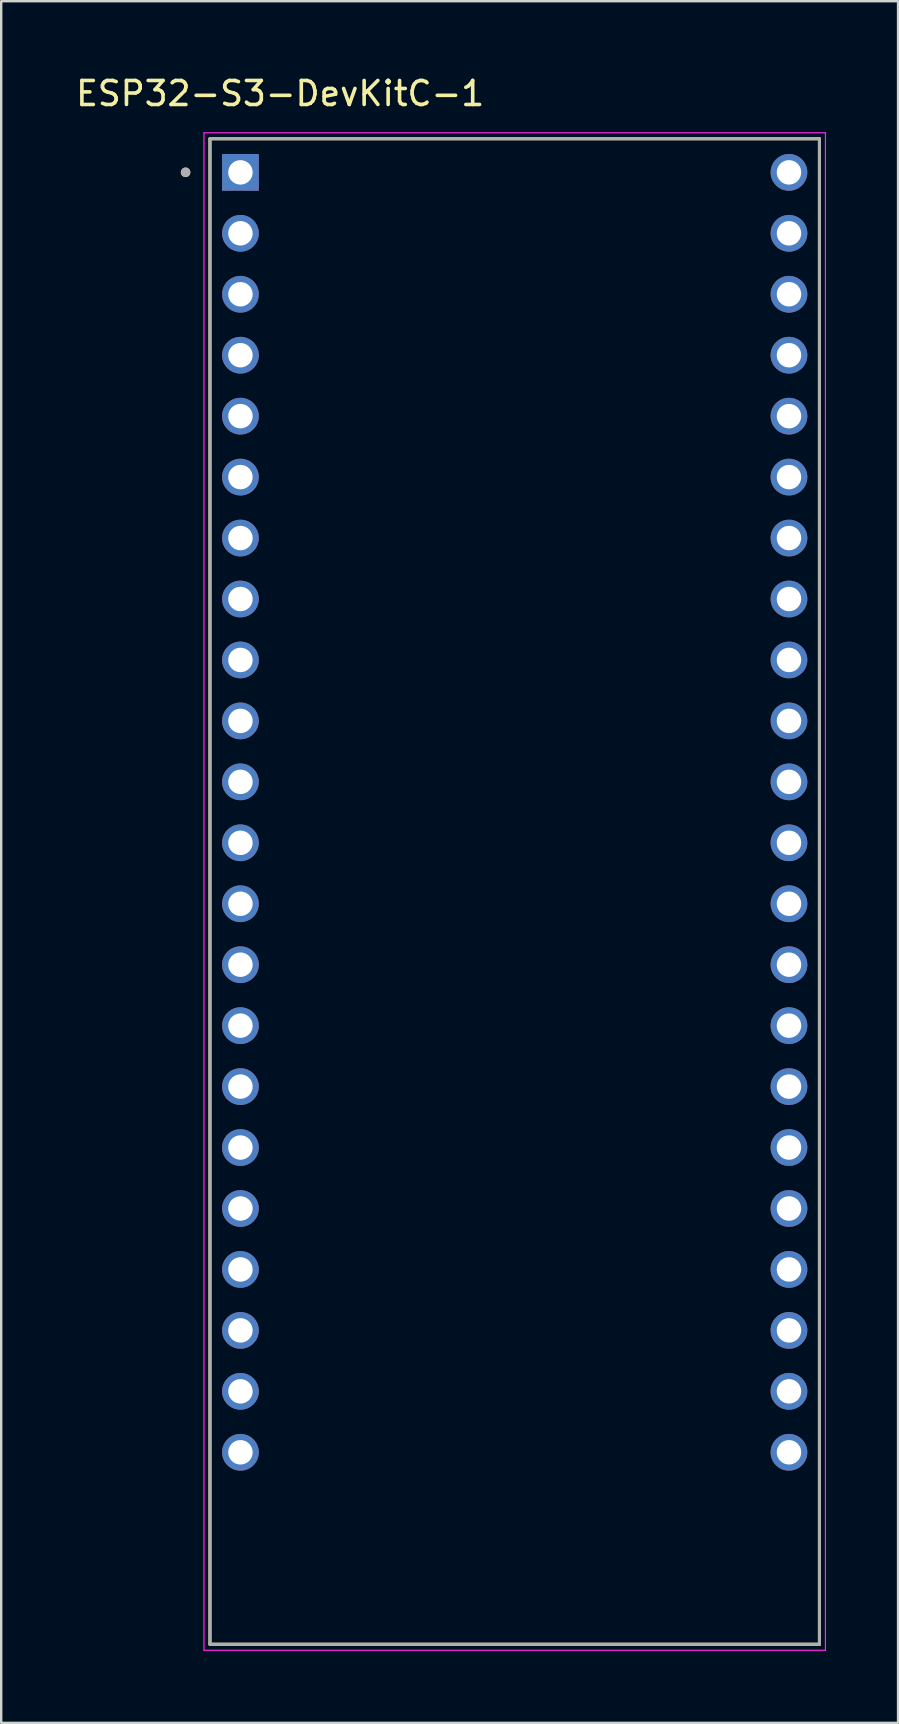
<source format=kicad_pcb>
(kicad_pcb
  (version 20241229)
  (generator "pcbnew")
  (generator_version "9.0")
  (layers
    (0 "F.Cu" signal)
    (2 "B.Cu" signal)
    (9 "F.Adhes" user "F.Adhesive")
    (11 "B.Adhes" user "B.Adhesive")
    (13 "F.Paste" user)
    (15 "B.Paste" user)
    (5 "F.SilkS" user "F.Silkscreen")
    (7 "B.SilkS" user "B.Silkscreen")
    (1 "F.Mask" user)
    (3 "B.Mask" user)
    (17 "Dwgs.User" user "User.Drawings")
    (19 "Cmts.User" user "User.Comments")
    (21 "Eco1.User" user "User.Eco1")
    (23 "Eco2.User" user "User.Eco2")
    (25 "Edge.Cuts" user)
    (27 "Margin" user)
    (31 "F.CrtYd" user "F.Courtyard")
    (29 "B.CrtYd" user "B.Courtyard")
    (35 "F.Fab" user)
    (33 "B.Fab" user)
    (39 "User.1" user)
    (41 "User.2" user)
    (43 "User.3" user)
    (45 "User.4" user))
  (footprint "ESP32-S3-DevKitC-1"
    (layer "F.Cu")
    (at 18.4 34.103)
    (property "Reference" "ESP32-S3-DevKitC-1" (at -9.775 -33.255 0) (layer "F.SilkS") (effects (font (size 1 1) (thickness 0.15))))
    (attr through_hole)
    (fp_line (start -12.7 -31.37) (end 12.7 -31.37) (stroke (width 0.127) (type solid)) (layer "F.SilkS"))
    (fp_line (start -12.7 31.37) (end -12.7 -31.37) (stroke (width 0.127) (type solid)) (layer "F.SilkS"))
    (fp_line (start 12.7 -31.37) (end 12.7 31.37) (stroke (width 0.127) (type solid)) (layer "F.SilkS"))
    (fp_line (start 12.7 31.37) (end -12.7 31.37) (stroke (width 0.127) (type solid)) (layer "F.SilkS"))
    (fp_circle (center -13.716 -29.972) (end -13.616 -29.972) (stroke (width 0.2) (type solid)) (fill no) (layer "F.SilkS"))
    (fp_line (start -12.95 -31.62) (end -12.95 31.62) (stroke (width 0.05) (type solid)) (layer "F.CrtYd"))
    (fp_line (start -12.95 31.62) (end 12.95 31.62) (stroke (width 0.05) (type solid)) (layer "F.CrtYd"))
    (fp_line (start 12.95 -31.62) (end -12.95 -31.62) (stroke (width 0.05) (type solid)) (layer "F.CrtYd"))
    (fp_line (start 12.95 31.62) (end 12.95 -31.62) (stroke (width 0.05) (type solid)) (layer "F.CrtYd"))
    (fp_line (start -12.7 -31.37) (end 12.7 -31.37) (stroke (width 0.127) (type solid)) (layer "F.Fab"))
    (fp_line (start -12.7 31.37) (end -12.7 -31.37) (stroke (width 0.127) (type solid)) (layer "F.Fab"))
    (fp_line (start 12.7 -31.37) (end 12.7 31.37) (stroke (width 0.127) (type solid)) (layer "F.Fab"))
    (fp_line (start 12.7 31.37) (end -12.7 31.37) (stroke (width 0.127) (type solid)) (layer "F.Fab"))
    (fp_circle (center -13.716 -29.972) (end -13.616 -29.972) (stroke (width 0.2) (type solid)) (fill no) (layer "F.Fab"))
    (pad "J1_1" thru_hole rect (at -11.43 -29.97) (size 1.53 1.53) (drill 1.02) (layers "*.Cu" "*.Mask"))
    (pad "J1_2" thru_hole circle (at -11.43 -27.43) (size 1.53 1.53) (drill 1.02) (layers "*.Cu" "*.Mask"))
    (pad "J1_3" thru_hole circle (at -11.43 -24.89) (size 1.53 1.53) (drill 1.02) (layers "*.Cu" "*.Mask"))
    (pad "J1_4" thru_hole circle (at -11.43 -22.35) (size 1.53 1.53) (drill 1.02) (layers "*.Cu" "*.Mask"))
    (pad "J1_5" thru_hole circle (at -11.43 -19.81) (size 1.53 1.53) (drill 1.02) (layers "*.Cu" "*.Mask"))
    (pad "J1_6" thru_hole circle (at -11.43 -17.27) (size 1.53 1.53) (drill 1.02) (layers "*.Cu" "*.Mask"))
    (pad "J1_7" thru_hole circle (at -11.43 -14.73) (size 1.53 1.53) (drill 1.02) (layers "*.Cu" "*.Mask"))
    (pad "J1_8" thru_hole circle (at -11.43 -12.19) (size 1.53 1.53) (drill 1.02) (layers "*.Cu" "*.Mask"))
    (pad "J1_9" thru_hole circle (at -11.43 -9.65) (size 1.53 1.53) (drill 1.02) (layers "*.Cu" "*.Mask"))
    (pad "J1_10" thru_hole circle (at -11.43 -7.11) (size 1.53 1.53) (drill 1.02) (layers "*.Cu" "*.Mask"))
    (pad "J1_11" thru_hole circle (at -11.43 -4.57) (size 1.53 1.53) (drill 1.02) (layers "*.Cu" "*.Mask"))
    (pad "J1_12" thru_hole circle (at -11.43 -2.03) (size 1.53 1.53) (drill 1.02) (layers "*.Cu" "*.Mask"))
    (pad "J1_13" thru_hole circle (at -11.43 0.51) (size 1.53 1.53) (drill 1.02) (layers "*.Cu" "*.Mask"))
    (pad "J1_14" thru_hole circle (at -11.43 3.05) (size 1.53 1.53) (drill 1.02) (layers "*.Cu" "*.Mask"))
    (pad "J1_15" thru_hole circle (at -11.43 5.59) (size 1.53 1.53) (drill 1.02) (layers "*.Cu" "*.Mask"))
    (pad "J1_16" thru_hole circle (at -11.43 8.13) (size 1.53 1.53) (drill 1.02) (layers "*.Cu" "*.Mask"))
    (pad "J1_17" thru_hole circle (at -11.43 10.67) (size 1.53 1.53) (drill 1.02) (layers "*.Cu" "*.Mask"))
    (pad "J1_18" thru_hole circle (at -11.43 13.21) (size 1.53 1.53) (drill 1.02) (layers "*.Cu" "*.Mask"))
    (pad "J1_19" thru_hole circle (at -11.43 15.75) (size 1.53 1.53) (drill 1.02) (layers "*.Cu" "*.Mask"))
    (pad "J1_20" thru_hole circle (at -11.43 18.29) (size 1.53 1.53) (drill 1.02) (layers "*.Cu" "*.Mask"))
    (pad "J1_21" thru_hole circle (at -11.43 20.83) (size 1.53 1.53) (drill 1.02) (layers "*.Cu" "*.Mask"))
    (pad "J1_22" thru_hole circle (at -11.43 23.37) (size 1.53 1.53) (drill 1.02) (layers "*.Cu" "*.Mask"))
    (pad "J3_1" thru_hole circle (at 11.43 -29.97) (size 1.53 1.53) (drill 1.02) (layers "*.Cu" "*.Mask"))
    (pad "J3_2" thru_hole circle (at 11.43 -27.43) (size 1.53 1.53) (drill 1.02) (layers "*.Cu" "*.Mask"))
    (pad "J3_3" thru_hole circle (at 11.43 -24.89) (size 1.53 1.53) (drill 1.02) (layers "*.Cu" "*.Mask"))
    (pad "J3_4" thru_hole circle (at 11.43 -22.35) (size 1.53 1.53) (drill 1.02) (layers "*.Cu" "*.Mask"))
    (pad "J3_5" thru_hole circle (at 11.43 -19.81) (size 1.53 1.53) (drill 1.02) (layers "*.Cu" "*.Mask"))
    (pad "J3_6" thru_hole circle (at 11.43 -17.27) (size 1.53 1.53) (drill 1.02) (layers "*.Cu" "*.Mask"))
    (pad "J3_7" thru_hole circle (at 11.43 -14.73) (size 1.53 1.53) (drill 1.02) (layers "*.Cu" "*.Mask"))
    (pad "J3_8" thru_hole circle (at 11.43 -12.19) (size 1.53 1.53) (drill 1.02) (layers "*.Cu" "*.Mask"))
    (pad "J3_9" thru_hole circle (at 11.43 -9.65) (size 1.53 1.53) (drill 1.02) (layers "*.Cu" "*.Mask"))
    (pad "J3_10" thru_hole circle (at 11.43 -7.11) (size 1.53 1.53) (drill 1.02) (layers "*.Cu" "*.Mask"))
    (pad "J3_11" thru_hole circle (at 11.43 -4.57) (size 1.53 1.53) (drill 1.02) (layers "*.Cu" "*.Mask"))
    (pad "J3_12" thru_hole circle (at 11.43 -2.03) (size 1.53 1.53) (drill 1.02) (layers "*.Cu" "*.Mask"))
    (pad "J3_13" thru_hole circle (at 11.43 0.51) (size 1.53 1.53) (drill 1.02) (layers "*.Cu" "*.Mask"))
    (pad "J3_14" thru_hole circle (at 11.43 3.05) (size 1.53 1.53) (drill 1.02) (layers "*.Cu" "*.Mask"))
    (pad "J3_15" thru_hole circle (at 11.43 5.59) (size 1.53 1.53) (drill 1.02) (layers "*.Cu" "*.Mask"))
    (pad "J3_16" thru_hole circle (at 11.43 8.13) (size 1.53 1.53) (drill 1.02) (layers "*.Cu" "*.Mask"))
    (pad "J3_17" thru_hole circle (at 11.43 10.67) (size 1.53 1.53) (drill 1.02) (layers "*.Cu" "*.Mask"))
    (pad "J3_18" thru_hole circle (at 11.43 13.21) (size 1.53 1.53) (drill 1.02) (layers "*.Cu" "*.Mask"))
    (pad "J3_19" thru_hole circle (at 11.43 15.75) (size 1.53 1.53) (drill 1.02) (layers "*.Cu" "*.Mask"))
    (pad "J3_20" thru_hole circle (at 11.43 18.29) (size 1.53 1.53) (drill 1.02) (layers "*.Cu" "*.Mask"))
    (pad "J3_21" thru_hole circle (at 11.43 20.83) (size 1.53 1.53) (drill 1.02) (layers "*.Cu" "*.Mask"))
    (pad "J3_22" thru_hole circle (at 11.43 23.37) (size 1.53 1.53) (drill 1.02) (layers "*.Cu" "*.Mask")))
  (gr_rect
    (start -3 -3)
    (end 34.375 68.748)
    (stroke (width 0.1) (type default))
    (fill no)
    (layer "Edge.Cuts")))
</source>
